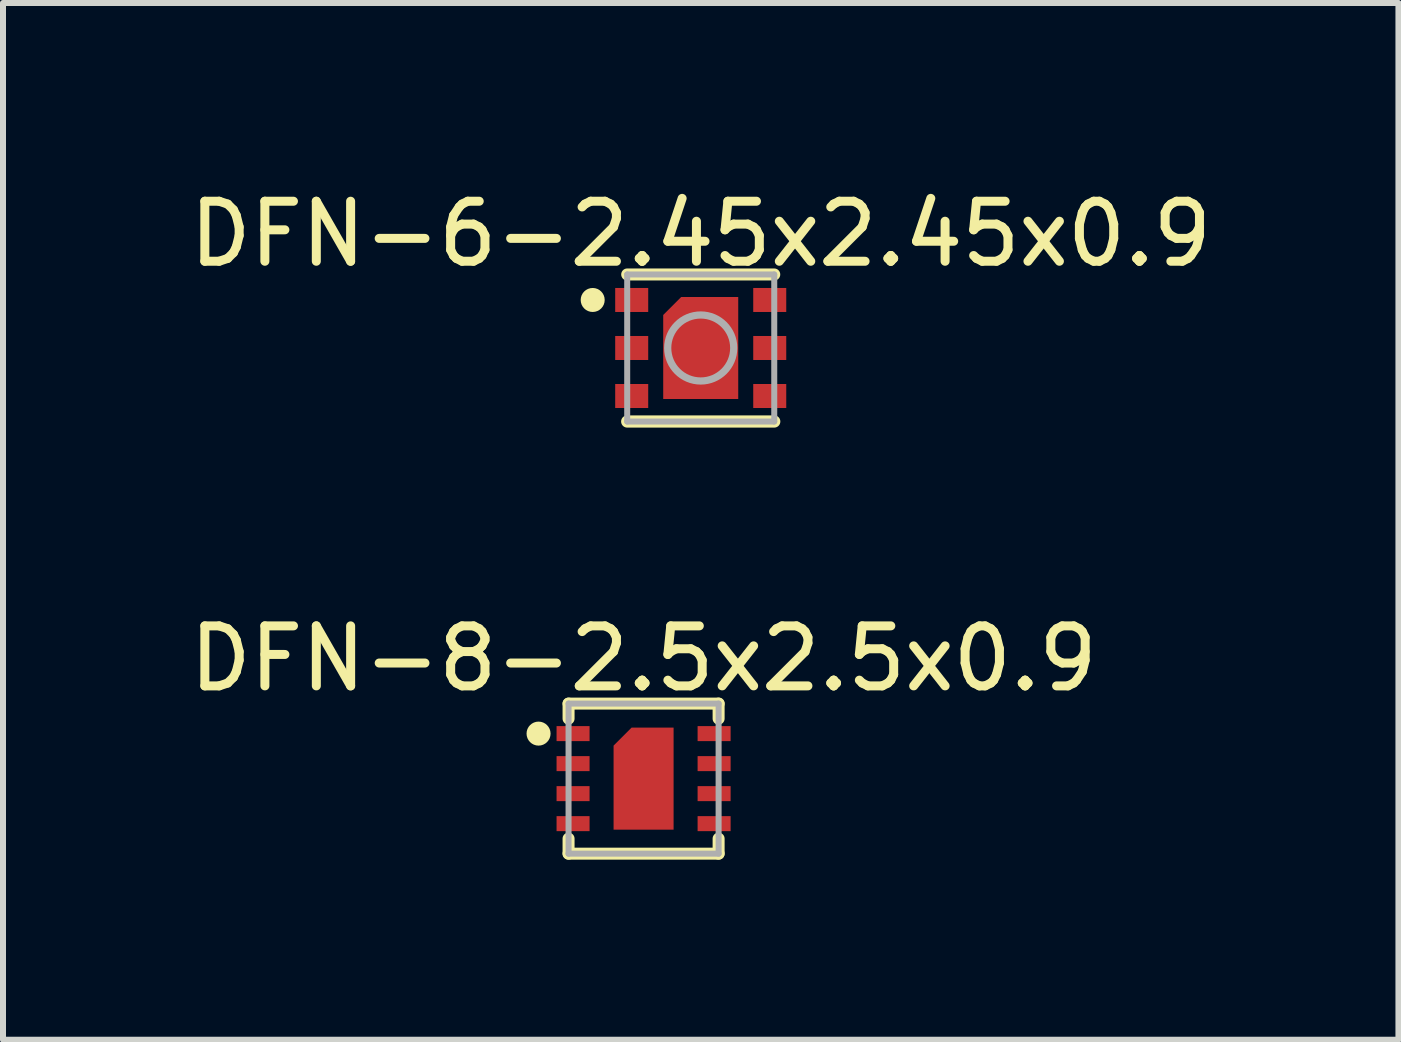
<source format=kicad_pcb>
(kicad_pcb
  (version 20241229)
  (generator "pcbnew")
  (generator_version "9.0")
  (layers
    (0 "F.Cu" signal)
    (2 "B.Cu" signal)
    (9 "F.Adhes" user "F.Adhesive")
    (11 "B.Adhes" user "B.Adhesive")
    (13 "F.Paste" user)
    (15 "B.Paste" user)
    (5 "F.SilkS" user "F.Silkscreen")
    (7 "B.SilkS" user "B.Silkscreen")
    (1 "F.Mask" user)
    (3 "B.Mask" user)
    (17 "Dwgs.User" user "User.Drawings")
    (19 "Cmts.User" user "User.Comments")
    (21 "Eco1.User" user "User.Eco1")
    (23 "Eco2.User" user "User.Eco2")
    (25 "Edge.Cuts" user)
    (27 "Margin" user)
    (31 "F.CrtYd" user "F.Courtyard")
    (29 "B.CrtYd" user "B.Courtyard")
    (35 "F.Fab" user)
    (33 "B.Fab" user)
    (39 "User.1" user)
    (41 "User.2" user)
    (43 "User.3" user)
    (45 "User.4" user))
  (footprint "DFN-6-2.45x2.45x0.9"
    (layer "F.Cu")
    (at 8.625 2.748)
    (property "Reference" "DFN-6-2.45x2.45x0.9" (at 0 -1.9 0) (layer "F.SilkS") (effects (font (size 1 1) (thickness 0.15))))
    (attr smd)
    (fp_line (start -1.225 -1.225) (end 1.225 -1.225) (stroke (width 0.2) (type solid)) (layer "F.SilkS"))
    (fp_line (start -1.225 1.225) (end 1.225 1.225) (stroke (width 0.203) (type solid)) (layer "F.SilkS"))
    (fp_circle (center -1.8 -0.8) (end -1.7 -0.8) (stroke (width 0.2) (type solid)) (fill no) (layer "F.SilkS"))
    (fp_line (start -1.225 -1.225) (end 1.225 -1.225) (stroke (width 0.1) (type solid)) (layer "F.Fab"))
    (fp_line (start -1.225 1.225) (end -1.225 -1.225) (stroke (width 0.1) (type solid)) (layer "F.Fab"))
    (fp_line (start 1.225 -1.225) (end 1.225 1.225) (stroke (width 0.1) (type solid)) (layer "F.Fab"))
    (fp_line (start 1.225 1.225) (end -1.225 1.225) (stroke (width 0.1) (type solid)) (layer "F.Fab"))
    (fp_circle (center 0 0) (end 0.55 0) (stroke (width 0.12) (type solid)) (fill no) (layer "F.Fab"))
    (pad "1" smd rect (at -1.15 -0.8) (size 0.55 0.4) (layers "F.Cu" "F.Mask" "F.Paste"))
    (pad "2" smd rect (at -1.15 0) (size 0.55 0.4) (layers "F.Cu" "F.Mask" "F.Paste"))
    (pad "3" smd rect (at -1.15 0.8) (size 0.55 0.4) (layers "F.Cu" "F.Mask" "F.Paste"))
    (pad "4" smd rect (at 1.15 0.8) (size 0.55 0.4) (layers "F.Cu" "F.Mask" "F.Paste"))
    (pad "5" smd rect (at 1.15 0) (size 0.55 0.4) (layers "F.Cu" "F.Mask" "F.Paste"))
    (pad "6" smd rect (at 1.15 -0.8) (size 0.55 0.4) (layers "F.Cu" "F.Mask" "F.Paste"))
    (pad "DP" smd custom (at 0 0) (size 1 1) (layers "F.Cu" "F.Mask" "F.Paste") (options (anchor rect)) (primitives (gr_poly (pts (xy -0.325 -0.85) (xy 0.625 -0.85) (xy 0.625 0.85) (xy -0.625 0.85) (xy -0.625 -0.55)) (width 0) (fill yes)))))
  (footprint "DFN-8-2.5x2.5x0.9"
    (layer "F.Cu")
    (at 7.673 9.923)
    (property "Reference" "DFN-8-2.5x2.5x0.9" (at 0 -2 0) (layer "F.SilkS") (effects (font (size 1 1) (thickness 0.15))))
    (attr through_hole)
    (fp_line (start -1.25 -1.25) (end -1.25 -1) (stroke (width 0.2) (type solid)) (layer "F.SilkS"))
    (fp_line (start -1.25 -1.25) (end 1.25 -1.25) (stroke (width 0.2) (type solid)) (layer "F.SilkS"))
    (fp_line (start -1.25 1.25) (end -1.25 1) (stroke (width 0.2) (type solid)) (layer "F.SilkS"))
    (fp_line (start -1.25 1.25) (end 1.25 1.25) (stroke (width 0.2) (type solid)) (layer "F.SilkS"))
    (fp_line (start 1.25 -1.25) (end 1.25 -1) (stroke (width 0.2) (type solid)) (layer "F.SilkS"))
    (fp_line (start 1.25 1.25) (end 1.25 1) (stroke (width 0.2) (type solid)) (layer "F.SilkS"))
    (fp_circle (center -1.75 -0.75) (end -1.65 -0.75) (stroke (width 0.2) (type solid)) (fill no) (layer "F.SilkS"))
    (fp_line (start -1.25 -1.25) (end 1.25 -1.25) (stroke (width 0.1) (type solid)) (layer "F.Fab"))
    (fp_line (start -1.25 1.25) (end -1.25 -1.25) (stroke (width 0.1) (type solid)) (layer "F.Fab"))
    (fp_line (start 1.25 -1.25) (end 1.25 1.25) (stroke (width 0.1) (type solid)) (layer "F.Fab"))
    (fp_line (start 1.25 1.25) (end -1.25 1.25) (stroke (width 0.1) (type solid)) (layer "F.Fab"))
    (pad "1" smd rect (at -1.175 -0.75) (size 0.55 0.25) (layers "F.Cu" "F.Mask" "F.Paste"))
    (pad "2" smd rect (at -1.175 -0.25) (size 0.55 0.25) (layers "F.Cu" "F.Mask" "F.Paste"))
    (pad "3" smd rect (at -1.175 0.25) (size 0.55 0.25) (layers "F.Cu" "F.Mask" "F.Paste"))
    (pad "4" smd rect (at -1.175 0.75) (size 0.55 0.25) (layers "F.Cu" "F.Mask" "F.Paste"))
    (pad "5" smd rect (at 1.175 0.75) (size 0.55 0.25) (layers "F.Cu" "F.Mask" "F.Paste"))
    (pad "6" smd rect (at 1.175 0.25) (size 0.55 0.25) (layers "F.Cu" "F.Mask" "F.Paste"))
    (pad "7" smd rect (at 1.175 -0.25) (size 0.55 0.25) (layers "F.Cu" "F.Mask" "F.Paste"))
    (pad "8" smd rect (at 1.175 -0.75) (size 0.55 0.25) (layers "F.Cu" "F.Mask" "F.Paste"))
    (pad "DP" smd custom (at 0 0) (size 0.2 0.2) (layers "F.Cu" "F.Mask" "F.Paste") (options (anchor rect)) (primitives (gr_poly (pts (xy -0.2 -0.85) (xy 0.5 -0.85) (xy 0.5 0.85) (xy -0.5 0.85) (xy -0.5 -0.55)) (width 0) (fill yes)))))
  (gr_rect
    (start -3 -3)
    (end 20.25 14.273)
    (stroke (width 0.1) (type default))
    (fill no)
    (layer "Edge.Cuts")))
</source>
